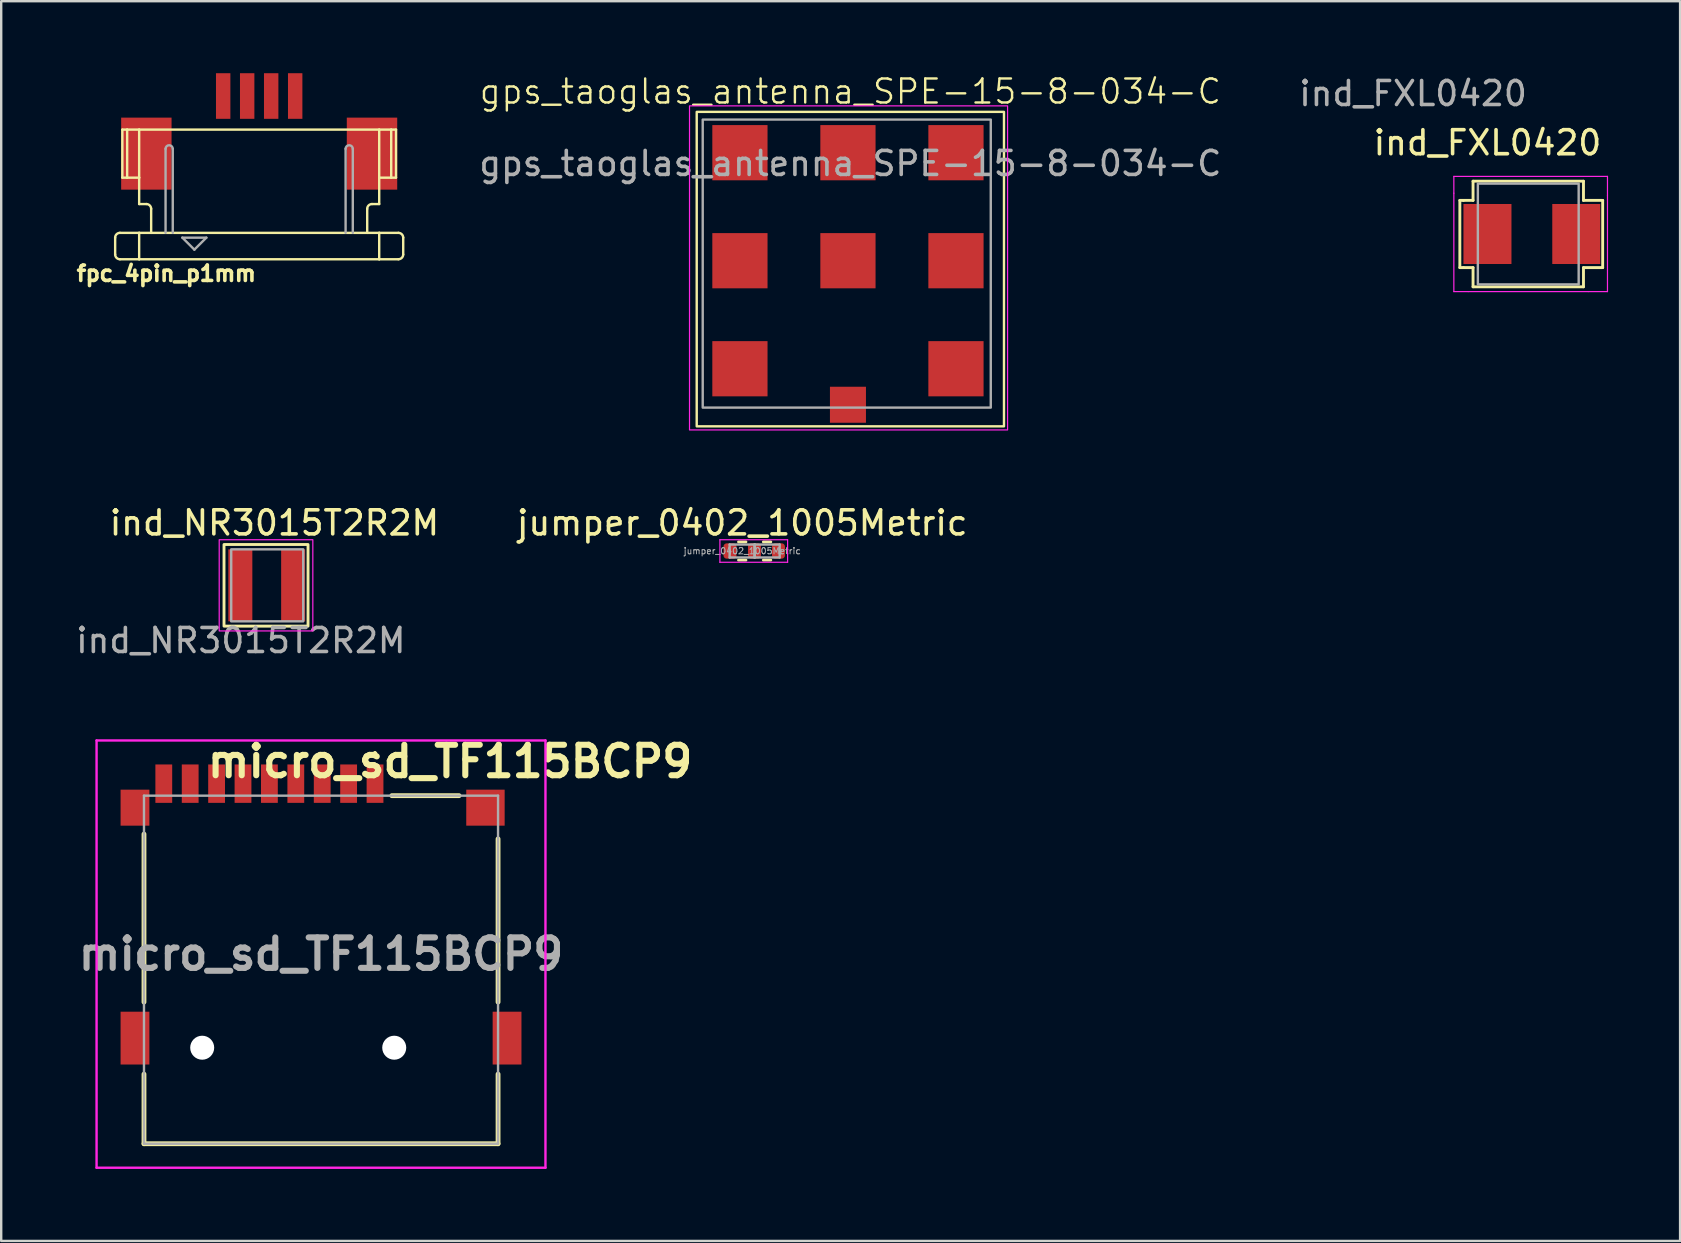
<source format=kicad_pcb>
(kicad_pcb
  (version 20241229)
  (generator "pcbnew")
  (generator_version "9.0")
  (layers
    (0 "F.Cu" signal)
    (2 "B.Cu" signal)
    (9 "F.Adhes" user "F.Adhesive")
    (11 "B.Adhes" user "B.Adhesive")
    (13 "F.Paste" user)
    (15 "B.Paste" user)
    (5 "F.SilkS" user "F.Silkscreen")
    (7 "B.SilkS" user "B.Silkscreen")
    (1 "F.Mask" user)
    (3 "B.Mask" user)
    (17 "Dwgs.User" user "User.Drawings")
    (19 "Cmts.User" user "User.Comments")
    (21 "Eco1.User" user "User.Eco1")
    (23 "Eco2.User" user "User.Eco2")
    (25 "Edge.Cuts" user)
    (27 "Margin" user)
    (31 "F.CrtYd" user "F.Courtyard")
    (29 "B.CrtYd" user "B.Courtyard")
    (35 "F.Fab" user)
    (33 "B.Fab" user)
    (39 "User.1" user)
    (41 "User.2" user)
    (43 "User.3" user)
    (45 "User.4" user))
  (footprint "ind_FXL0420"
    (layer "F.Cu")
    (at 58.915 6.698)
    (property "Reference" "ind_FXL0420" (at 0 -3.8 0) (unlocked yes) (layer "F.SilkS") (effects (font (size 1 1) (thickness 0.15))))
    (attr smd)
    (fp_line (start -1.15 -1.4) (end -1 -1.4) (stroke (width 0.12) (type default)) (layer "F.SilkS"))
    (fp_line (start -1.15 1.4) (end -1.15 -1.4) (stroke (width 0.12) (type default)) (layer "F.SilkS"))
    (fp_line (start -1 -1.4) (end -0.6 -1.4) (stroke (width 0.12) (type default)) (layer "F.SilkS"))
    (fp_line (start -1 1.4) (end -1.15 1.4) (stroke (width 0.12) (type default)) (layer "F.SilkS"))
    (fp_line (start -0.6 -2.2) (end 4 -2.2) (stroke (width 0.12) (type default)) (layer "F.SilkS"))
    (fp_line (start -0.6 -1.4) (end -0.6 -2.2) (stroke (width 0.12) (type default)) (layer "F.SilkS"))
    (fp_line (start -0.6 1.4) (end -1 1.4) (stroke (width 0.12) (type default)) (layer "F.SilkS"))
    (fp_line (start -0.6 2.2) (end -0.6 1.4) (stroke (width 0.12) (type default)) (layer "F.SilkS"))
    (fp_line (start 4 -2.2) (end 4 -1.4) (stroke (width 0.12) (type default)) (layer "F.SilkS"))
    (fp_line (start 4 -1.4) (end 4.8 -1.4) (stroke (width 0.12) (type default)) (layer "F.SilkS"))
    (fp_line (start 4 1.4) (end 4 2.2) (stroke (width 0.12) (type default)) (layer "F.SilkS"))
    (fp_line (start 4 2.2) (end -0.6 2.2) (stroke (width 0.12) (type default)) (layer "F.SilkS"))
    (fp_line (start 4.8 -1.4) (end 4.8 1.4) (stroke (width 0.12) (type default)) (layer "F.SilkS"))
    (fp_line (start 4.8 1.4) (end 4 1.4) (stroke (width 0.12) (type default)) (layer "F.SilkS"))
    (fp_line (start -1.4 -2.4) (end 5 -2.4) (stroke (width 0.05) (type default)) (layer "F.CrtYd"))
    (fp_line (start -1.4 -1.7) (end -1.4 -2.4) (stroke (width 0.05) (type default)) (layer "F.CrtYd"))
    (fp_line (start -1.4 2.4) (end -1.4 -1.7) (stroke (width 0.05) (type default)) (layer "F.CrtYd"))
    (fp_line (start -0.8 2.4) (end -1.4 2.4) (stroke (width 0.05) (type default)) (layer "F.CrtYd"))
    (fp_line (start 4.2 2.4) (end -0.8 2.4) (stroke (width 0.05) (type default)) (layer "F.CrtYd"))
    (fp_line (start 5 -2.4) (end 5 -1.6) (stroke (width 0.05) (type default)) (layer "F.CrtYd"))
    (fp_line (start 5 -1.6) (end 5 2.4) (stroke (width 0.05) (type default)) (layer "F.CrtYd"))
    (fp_line (start 5 2.4) (end 4.2 2.4) (stroke (width 0.05) (type default)) (layer "F.CrtYd"))
    (fp_rect (start -0.4 -2.1) (end 3.8 2.1) (stroke (width 0.1) (type default)) (fill no) (layer "F.Fab"))
    (fp_text user "${REFERENCE}" (at -3.1 -5.85 0) (unlocked yes) (layer "F.Fab") (effects (font (size 1 1) (thickness 0.15))))
    (pad "1" smd rect (at 0 0) (size 2 2.5) (layers "F.Cu" "F.Mask" "F.Paste"))
    (pad "2" smd rect (at 3.7 0) (size 2 2.5) (layers "F.Cu" "F.Mask" "F.Paste")))
  (footprint "jumper_0402_1005Metric"
    (layer "F.Cu")
    (at 27.87 19.904)
    (property "Reference" "jumper_0402_1005Metric" (at 0 -1.17 0) (layer "F.SilkS") (effects (font (size 1 1) (thickness 0.15))))
    (attr smd)
    (fp_line (start -0.154 -0.38) (end 0.154 -0.38) (stroke (width 0.12) (type solid)) (layer "F.SilkS"))
    (fp_line (start -0.154 0.38) (end 0.154 0.38) (stroke (width 0.12) (type solid)) (layer "F.SilkS"))
    (fp_line (start 0.881 -0.38) (end 1.189 -0.38) (stroke (width 0.12) (type solid)) (layer "F.SilkS"))
    (fp_line (start 0.881 0.38) (end 1.189 0.38) (stroke (width 0.12) (type solid)) (layer "F.SilkS"))
    (fp_line (start -0.93 -0.47) (end 1.89 -0.47) (stroke (width 0.05) (type solid)) (layer "F.CrtYd"))
    (fp_line (start -0.93 0.47) (end -0.93 -0.47) (stroke (width 0.05) (type solid)) (layer "F.CrtYd"))
    (fp_line (start 1.89 -0.47) (end 1.89 0.47) (stroke (width 0.05) (type solid)) (layer "F.CrtYd"))
    (fp_line (start 1.89 0.47) (end -0.93 0.47) (stroke (width 0.05) (type solid)) (layer "F.CrtYd"))
    (fp_line (start -0.525 -0.27) (end 0.525 -0.27) (stroke (width 0.1) (type solid)) (layer "F.Fab"))
    (fp_line (start -0.525 0.27) (end -0.525 -0.27) (stroke (width 0.1) (type solid)) (layer "F.Fab"))
    (fp_line (start 0.51 -0.27) (end 1.56 -0.27) (stroke (width 0.1) (type solid)) (layer "F.Fab"))
    (fp_line (start 0.51 0.27) (end 0.51 -0.27) (stroke (width 0.1) (type solid)) (layer "F.Fab"))
    (fp_line (start 0.525 -0.27) (end 0.525 0.27) (stroke (width 0.1) (type solid)) (layer "F.Fab"))
    (fp_line (start 0.525 0.27) (end -0.525 0.27) (stroke (width 0.1) (type solid)) (layer "F.Fab"))
    (fp_line (start 1.56 -0.27) (end 1.56 0.27) (stroke (width 0.1) (type solid)) (layer "F.Fab"))
    (fp_line (start 1.56 0.27) (end 0.51 0.27) (stroke (width 0.1) (type solid)) (layer "F.Fab"))
    (fp_text user "${REFERENCE}" (at 0 0 0) (layer "F.Fab") (effects (font (size 0.26 0.26) (thickness 0.04))))
    (pad "1" smd roundrect (at -0.51 0) (size 0.54 0.64) (layers "F.Cu" "F.Mask" "F.Paste") (roundrect_rratio 0.25))
    (pad "2" smd roundrect (at 0.51 0) (size 0.54 0.64) (layers "F.Cu" "F.Mask" "F.Paste") (roundrect_rratio 0.25))
    (pad "3" smd roundrect (at 1.51 0) (size 0.54 0.64) (layers "F.Cu" "F.Mask" "F.Paste") (roundrect_rratio 0.25)))
  (footprint "ind_NR3015T2R2M"
    (layer "F.Cu")
    (at 6.982 21.134)
    (property "Reference" "ind_NR3015T2R2M" (at 1.4 -2.4 0) (unlocked yes) (layer "F.SilkS") (effects (font (size 1 1) (thickness 0.15))))
    (attr smd)
    (fp_rect (start -0.7 -1.5) (end 2.8 1.9) (stroke (width 0.12) (type default)) (fill no) (layer "F.SilkS"))
    (fp_rect (start -0.9 -1.7) (end 3 2.1) (stroke (width 0.05) (type default)) (fill no) (layer "F.CrtYd"))
    (fp_rect (start -0.4 -1.3) (end 2.6 1.7) (stroke (width 0.1) (type default)) (fill no) (layer "F.Fab"))
    (fp_text user "${REFERENCE}" (at 0 2.5 0) (unlocked yes) (layer "F.Fab") (effects (font (size 1 1) (thickness 0.15))))
    (pad "1" smd rect (at -0.02 0.2) (size 1 3) (layers "F.Cu" "F.Mask" "F.Paste"))
    (pad "2" smd rect (at 2.18 0.2) (size 1 3) (layers "F.Cu" "F.Mask" "F.Paste")))
  (footprint "gps_taoglas_antenna_SPE-15-8-034-C"
    (layer "F.Cu")
    (at 27.774 3.311)
    (property "Reference" "gps_taoglas_antenna_SPE-15-8-034-C" (at 4.6 -2.55 0) (unlocked yes) (layer "F.SilkS") (effects (font (size 1 1) (thickness 0.1))))
    (attr smd)
    (fp_rect (start -1.8 -1.7) (end 11 11.4) (stroke (width 0.1) (type default)) (fill no) (layer "F.SilkS"))
    (fp_rect (start -2.1 -1.95) (end 11.15 11.55) (stroke (width 0.05) (type default)) (fill no) (layer "F.CrtYd"))
    (fp_rect (start -1.55 -1.38) (end 10.45 10.62) (stroke (width 0.1) (type default)) (fill no) (layer "F.Fab"))
    (fp_text user "${REFERENCE}" (at 4.6 0.45 0) (unlocked yes) (layer "F.Fab") (effects (font (size 1 1) (thickness 0.15))))
    (pad "1" smd rect (at 4.5 10.5 270) (size 1.5 1.5) (layers "*.Paste" "F.Cu" "F.Mask"))
    (pad "2" smd rect (at 0 0 270) (size 2.3 2.3) (layers "*.Paste" "F.Cu" "F.Mask"))
    (pad "2" smd rect (at 0 4.5 270) (size 2.3 2.3) (layers "*.Paste" "F.Cu" "F.Mask"))
    (pad "2" smd rect (at 0 9 270) (size 2.3 2.3) (layers "*.Paste" "F.Cu"))
    (pad "2" smd rect (at 4.5 0 270) (size 2.3 2.3) (layers "*.Paste" "F.Cu" "F.Mask"))
    (pad "2" smd rect (at 4.5 4.5 270) (size 2.3 2.3) (layers "*.Paste" "F.Cu" "F.Mask"))
    (pad "2" smd rect (at 9 0 270) (size 2.3 2.3) (layers "*.Paste" "F.Cu" "F.Mask"))
    (pad "2" smd rect (at 9 4.5 270) (size 2.3 2.3) (layers "*.Paste" "F.Cu" "F.Mask"))
    (pad "2" smd rect (at 9 9 270) (size 2.3 2.3) (layers "*.Paste" "F.Cu" "F.Mask")))
  (footprint "micro_sd_TF115BCP9"
    (layer "F.Cu")
    (at 10.323 37.346)
    (property "Reference" "micro_sd_TF115BCP9" (at 5.375 -8.675 0) (layer "F.SilkS") (effects (font (size 1.27 1.27) (thickness 0.254))))
    (attr through_hole)
    (fp_line (start -7.375 -5.65) (end -7.375 1.35) (stroke (width 0.2) (type solid)) (layer "F.SilkS"))
    (fp_line (start -7.375 4.35) (end -7.375 7.25) (stroke (width 0.2) (type solid)) (layer "F.SilkS"))
    (fp_line (start -7.375 7.25) (end 7.375 7.25) (stroke (width 0.2) (type solid)) (layer "F.SilkS"))
    (fp_line (start 2.25 -9.05) (end 2.25 -9.05) (stroke (width 0.1) (type solid)) (layer "F.SilkS"))
    (fp_line (start 2.25 -8.95) (end 2.25 -8.95) (stroke (width 0.1) (type solid)) (layer "F.SilkS"))
    (fp_line (start 5.75 -7.25) (end 2.95 -7.25) (stroke (width 0.2) (type solid)) (layer "F.SilkS"))
    (fp_line (start 7.375 1.35) (end 7.375 -5.45) (stroke (width 0.2) (type solid)) (layer "F.SilkS"))
    (fp_line (start 7.375 7.25) (end 7.375 4.35) (stroke (width 0.2) (type solid)) (layer "F.SilkS"))
    (fp_arc (start 2.25 -9.05) (mid 2.3 -9) (end 2.25 -8.95) (stroke (width 0.1) (type solid)) (layer "F.SilkS"))
    (fp_arc (start 2.25 -8.95) (mid 2.2 -9) (end 2.25 -9.05) (stroke (width 0.1) (type solid)) (layer "F.SilkS"))
    (fp_line (start -9.35 -9.55) (end 9.35 -9.55) (stroke (width 0.1) (type solid)) (layer "F.CrtYd"))
    (fp_line (start -9.35 8.25) (end -9.35 -9.55) (stroke (width 0.1) (type solid)) (layer "F.CrtYd"))
    (fp_line (start 9.35 -9.55) (end 9.35 8.25) (stroke (width 0.1) (type solid)) (layer "F.CrtYd"))
    (fp_line (start 9.35 8.25) (end -9.35 8.25) (stroke (width 0.1) (type solid)) (layer "F.CrtYd"))
    (fp_line (start -7.375 -7.25) (end 7.375 -7.25) (stroke (width 0.1) (type solid)) (layer "F.Fab"))
    (fp_line (start -7.375 7.25) (end -7.375 -7.25) (stroke (width 0.1) (type solid)) (layer "F.Fab"))
    (fp_line (start 7.375 -7.25) (end 7.375 7.25) (stroke (width 0.1) (type solid)) (layer "F.Fab"))
    (fp_line (start 7.375 7.25) (end -7.375 7.25) (stroke (width 0.1) (type solid)) (layer "F.Fab"))
    (fp_text user "${REFERENCE}" (at 0 -0.65 0) (layer "F.Fab") (effects (font (size 1.27 1.27) (thickness 0.254))))
    (pad "" np_thru_hole circle (at -4.95 3.25) (size 1 1) (drill 1) (layers "*.Cu" "*.Mask"))
    (pad "" np_thru_hole circle (at 3.05 3.25) (size 1 1) (drill 1) (layers "*.Cu" "*.Mask"))
    (pad "1" smd rect (at 2.25 -7.75) (size 0.7 1.6) (layers "F.Cu" "F.Mask" "F.Paste"))
    (pad "2" smd rect (at 1.15 -7.75) (size 0.7 1.6) (layers "F.Cu" "F.Mask" "F.Paste"))
    (pad "3" smd rect (at 0.05 -7.75) (size 0.7 1.6) (layers "F.Cu" "F.Mask" "F.Paste"))
    (pad "4" smd rect (at -1.05 -7.75) (size 0.7 1.6) (layers "F.Cu" "F.Mask" "F.Paste"))
    (pad "5" smd rect (at -2.15 -7.75) (size 0.7 1.6) (layers "F.Cu" "F.Mask" "F.Paste"))
    (pad "6" smd rect (at -3.25 -7.75) (size 0.7 1.6) (layers "F.Cu" "F.Mask" "F.Paste"))
    (pad "7" smd rect (at -4.35 -7.75) (size 0.7 1.6) (layers "F.Cu" "F.Mask" "F.Paste"))
    (pad "8" smd rect (at -5.45 -7.75) (size 0.7 1.6) (layers "F.Cu" "F.Mask" "F.Paste"))
    (pad "9" smd rect (at -7.75 -6.75) (size 1.2 1.5) (layers "F.Cu" "F.Mask" "F.Paste"))
    (pad "9" smd rect (at -7.75 2.85) (size 1.2 2.2) (layers "F.Cu" "F.Mask" "F.Paste"))
    (pad "9" smd rect (at 6.85 -6.75 90) (size 1.5 1.6) (layers "F.Cu" "F.Mask" "F.Paste"))
    (pad "9" smd rect (at 7.75 2.85) (size 1.2 2.2) (layers "F.Cu" "F.Mask" "F.Paste"))
    (pad "CD1" smd rect (at -6.55 -7.75) (size 0.7 1.6) (layers "F.Cu" "F.Mask" "F.Paste")))
  (footprint "fpc_4pin_p1mm"
    (layer "F.Cu")
    (at 7.747 5.05)
    (property "Reference" "fpc_4pin_p1mm" (at -3.868 3.294 0) (layer "F.SilkS") (effects (font (size 0.64 0.64) (thickness 0.15))))
    (attr smd)
    (fp_line (start -6 2.5) (end -6 1.8) (stroke (width 0.1) (type solid)) (layer "F.SilkS"))
    (fp_line (start -5.8 1.6) (end -5 1.6) (stroke (width 0.1) (type solid)) (layer "F.SilkS"))
    (fp_line (start -5.7 -2.7) (end -5.7 -0.7) (stroke (width 0.1) (type solid)) (layer "F.SilkS"))
    (fp_line (start -5.7 -0.7) (end -5.5 -0.7) (stroke (width 0.1) (type solid)) (layer "F.SilkS"))
    (fp_line (start -5.5 -2.7) (end -5.7 -2.7) (stroke (width 0.1) (type solid)) (layer "F.SilkS"))
    (fp_line (start -5.5 -2.7) (end -5.5 -0.7) (stroke (width 0.1) (type solid)) (layer "F.SilkS"))
    (fp_line (start -5.5 -0.7) (end -5 -0.7) (stroke (width 0.1) (type solid)) (layer "F.SilkS"))
    (fp_line (start -5 -2.7) (end -5.5 -2.7) (stroke (width 0.1) (type solid)) (layer "F.SilkS"))
    (fp_line (start -5 -2.7) (end -5 -0.7) (stroke (width 0.1) (type solid)) (layer "F.SilkS"))
    (fp_line (start -5 -0.7) (end -5 0.4) (stroke (width 0.1) (type solid)) (layer "F.SilkS"))
    (fp_line (start -5 1.6) (end -5 2.7) (stroke (width 0.1) (type solid)) (layer "F.SilkS"))
    (fp_line (start -5 1.6) (end -4.5 1.6) (stroke (width 0.1) (type solid)) (layer "F.SilkS"))
    (fp_line (start -5 2.7) (end -5.8 2.7) (stroke (width 0.1) (type solid)) (layer "F.SilkS"))
    (fp_line (start -5 2.7) (end 5 2.7) (stroke (width 0.1) (type solid)) (layer "F.SilkS"))
    (fp_line (start -4.7 0.4) (end -5 0.4) (stroke (width 0.1) (type solid)) (layer "F.SilkS"))
    (fp_line (start -4.5 1.6) (end -4.5 0.6) (stroke (width 0.1) (type solid)) (layer "F.SilkS"))
    (fp_line (start -4.5 1.6) (end 4.5 1.6) (stroke (width 0.1) (type solid)) (layer "F.SilkS"))
    (fp_line (start 4.5 1.6) (end 4.5 0.6) (stroke (width 0.1) (type solid)) (layer "F.SilkS"))
    (fp_line (start 4.5 1.6) (end 5 1.6) (stroke (width 0.1) (type solid)) (layer "F.SilkS"))
    (fp_line (start 4.7 0.4) (end 5 0.4) (stroke (width 0.1) (type solid)) (layer "F.SilkS"))
    (fp_line (start 5 -2.7) (end -5 -2.7) (stroke (width 0.1) (type solid)) (layer "F.SilkS"))
    (fp_line (start 5 -2.7) (end 5 -0.7) (stroke (width 0.1) (type solid)) (layer "F.SilkS"))
    (fp_line (start 5 -0.7) (end 5 0.4) (stroke (width 0.1) (type solid)) (layer "F.SilkS"))
    (fp_line (start 5 -0.7) (end 5.5 -0.7) (stroke (width 0.1) (type solid)) (layer "F.SilkS"))
    (fp_line (start 5 2.7) (end 5 1.6) (stroke (width 0.1) (type solid)) (layer "F.SilkS"))
    (fp_line (start 5 2.7) (end 5.8 2.7) (stroke (width 0.1) (type solid)) (layer "F.SilkS"))
    (fp_line (start 5.5 -2.7) (end 5 -2.7) (stroke (width 0.1) (type solid)) (layer "F.SilkS"))
    (fp_line (start 5.5 -2.7) (end 5.5 -0.7) (stroke (width 0.1) (type solid)) (layer "F.SilkS"))
    (fp_line (start 5.5 -0.7) (end 5.7 -0.7) (stroke (width 0.1) (type solid)) (layer "F.SilkS"))
    (fp_line (start 5.7 -2.7) (end 5.5 -2.7) (stroke (width 0.1) (type solid)) (layer "F.SilkS"))
    (fp_line (start 5.7 -0.7) (end 5.7 -2.7) (stroke (width 0.1) (type solid)) (layer "F.SilkS"))
    (fp_line (start 5.8 1.6) (end 5 1.6) (stroke (width 0.1) (type solid)) (layer "F.SilkS"))
    (fp_line (start 6 2.5) (end 6 1.8) (stroke (width 0.1) (type solid)) (layer "F.SilkS"))
    (fp_arc (start -6 1.8) (mid -5.941421 1.658579) (end -5.8 1.6) (stroke (width 0.1) (type solid)) (layer "F.SilkS"))
    (fp_arc (start -5.8 2.7) (mid -5.941421 2.641421) (end -6 2.5) (stroke (width 0.1) (type solid)) (layer "F.SilkS"))
    (fp_arc (start -4.7 0.4) (mid -4.558579 0.458579) (end -4.5 0.6) (stroke (width 0.1) (type solid)) (layer "F.SilkS"))
    (fp_arc (start 4.5 0.6) (mid 4.558579 0.458579) (end 4.7 0.4) (stroke (width 0.1) (type solid)) (layer "F.SilkS"))
    (fp_arc (start 5.8 1.6) (mid 5.941421 1.658579) (end 6 1.8) (stroke (width 0.1) (type solid)) (layer "F.SilkS"))
    (fp_arc (start 6 2.5) (mid 5.941421 2.641421) (end 5.8 2.7) (stroke (width 0.1) (type solid)) (layer "F.SilkS"))
    (fp_line (start -3.9 1.6) (end -3.9 -1.9) (stroke (width 0.1) (type solid)) (layer "F.Fab"))
    (fp_line (start -3.6 -1.9) (end -3.6 1.6) (stroke (width 0.1) (type solid)) (layer "F.Fab"))
    (fp_line (start -3.2 1.8) (end -2.2 1.8) (stroke (width 0.1) (type solid)) (layer "F.Fab"))
    (fp_line (start -2.7 2.3) (end -3.2 1.8) (stroke (width 0.1) (type solid)) (layer "F.Fab"))
    (fp_line (start -2.2 1.8) (end -2.7 2.3) (stroke (width 0.1) (type solid)) (layer "F.Fab"))
    (fp_line (start 3.6 1.6) (end 3.6 -1.9) (stroke (width 0.1) (type solid)) (layer "F.Fab"))
    (fp_line (start 3.9 -1.9) (end 3.9 1.6) (stroke (width 0.1) (type solid)) (layer "F.Fab"))
    (fp_arc (start -3.9 -1.9) (mid -3.75 -2.05) (end -3.6 -1.9) (stroke (width 0.1) (type solid)) (layer "F.Fab"))
    (fp_arc (start 3.6 -1.9) (mid 3.75 -2.05) (end 3.9 -1.9) (stroke (width 0.1) (type solid)) (layer "F.Fab"))
    (pad "1" smd rect (at -1.5 -4.1 90) (size 1.9 0.6) (layers "F.Cu" "F.Mask" "F.Paste"))
    (pad "2" smd rect (at -0.5 -4.1 90) (size 1.9 0.6) (layers "F.Cu" "F.Mask" "F.Paste"))
    (pad "3" smd rect (at 0.5 -4.1 90) (size 1.9 0.6) (layers "F.Cu" "F.Mask" "F.Paste"))
    (pad "4" smd rect (at 1.5 -4.1 90) (size 1.9 0.6) (layers "F.Cu" "F.Mask" "F.Paste"))
    (pad "F1" smd rect (at -4.7 -1.7 180) (size 2.1 3) (layers "F.Cu" "F.Mask" "F.Paste"))
    (pad "F2" smd rect (at 4.7 -1.7 180) (size 2.1 3) (layers "F.Cu" "F.Mask" "F.Paste"))
    (zone (net_name "") (layer "F.Cu") (hatch full 0.508) (connect_pads) (min_thickness 0.01) (filled_areas_thickness no) (keepout (tracks not_allowed) (vias not_allowed) (pads not_allowed) (copperpour not_allowed) (footprints allowed)) (placement (enabled no)) (fill) (polygon (pts (xy 4.147 2.35) (xy 5.947 2.35) (xy 5.947 4.45) (xy 4.147 4.45))))
    (zone (net_name "") (layer "F.Cu") (hatch full 0.508) (connect_pads) (min_thickness 0.01) (filled_areas_thickness no) (keepout (tracks not_allowed) (vias not_allowed) (pads not_allowed) (copperpour not_allowed) (footprints allowed)) (placement (enabled no)) (fill) (polygon (pts (xy 9.547 2.35) (xy 11.347 2.35) (xy 11.347 4.45) (xy 9.547 4.45)))))
  (gr_rect
    (start -3 -3)
    (end 66.94 48.646)
    (stroke (width 0.1) (type default))
    (fill no)
    (layer "Edge.Cuts")))
</source>
